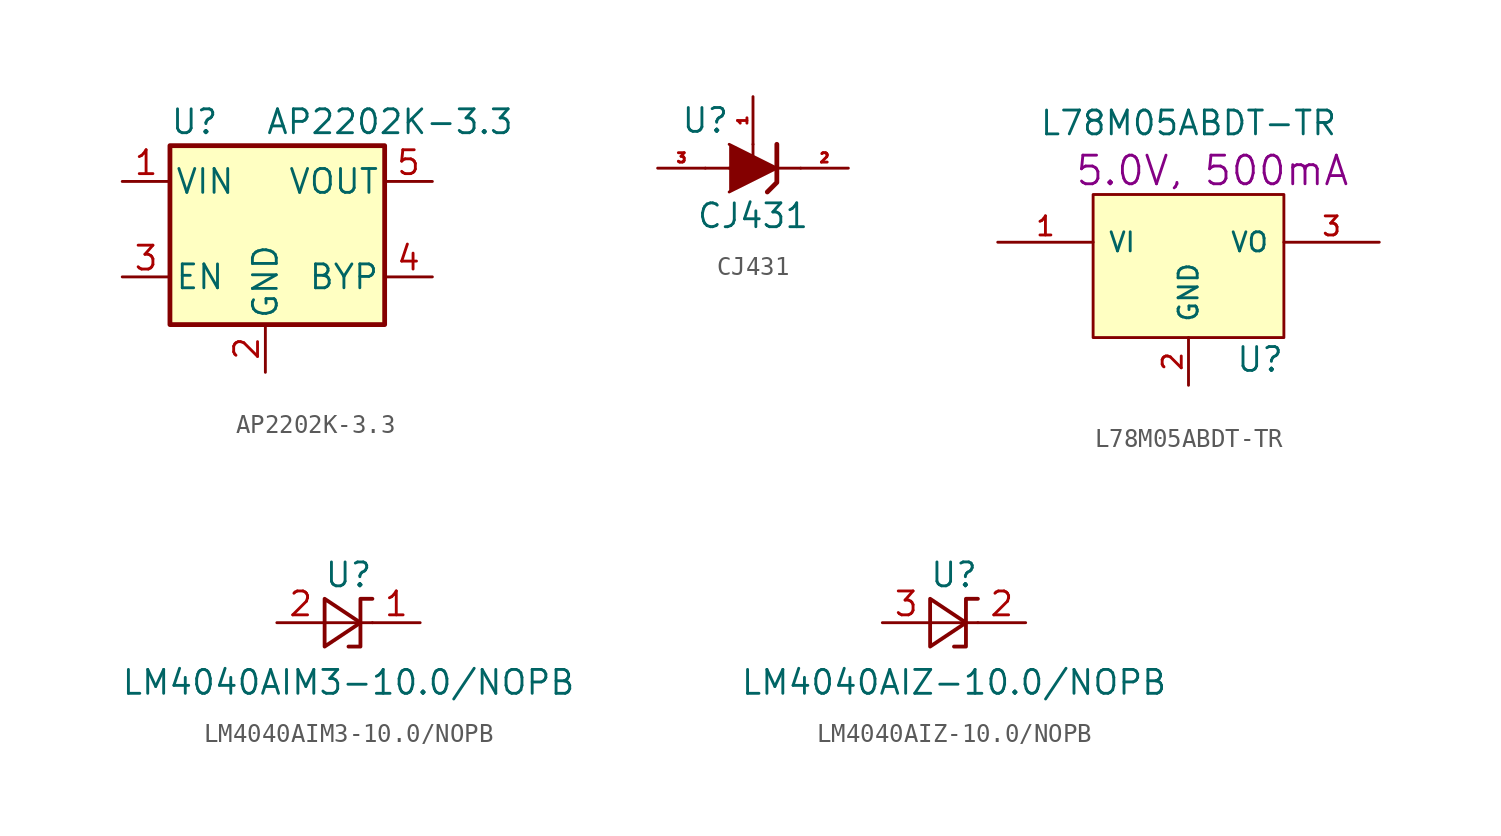
<source format=kicad_sym>
(kicad_symbol_lib
  (version 20231120)
  (generator "kicad_symbol_editor")
  (generator_version "8.0")
  (symbol "AP2202K-3.3"
    (pin_names
      (offset 0.254))
    (property "Reference" "U"
      (at -5.08 5.715 0)
      (effects (font (size 1.27 1.27)) (justify left)))
    (property "Value" "AP2202K-3.3"
      (at 0 5.715 0)
      (effects (font (size 1.27 1.27)) (justify left)))
    (symbol "AP2202K-3.3_0_1"
      (rectangle (start -5.08 4.445) (end 6.35 -5.08) (stroke (width 0.254) (type default)) (fill (type background))))
    (symbol "AP2202K-3.3_1_1"
      (pin power_in line (at -7.62 2.54 0) (length 2.54) (name "VIN" (effects (font (size 1.27 1.27)))) (number "1" (effects (font (size 1.27 1.27)))))
      (pin power_in line (at 0 -7.62 90) (length 2.54) (name "GND" (effects (font (size 1.27 1.27)))) (number "2" (effects (font (size 1.27 1.27)))))
      (pin input line (at -7.62 -2.54 0) (length 2.54) (name "EN" (effects (font (size 1.27 1.27)))) (number "3" (effects (font (size 1.27 1.27)))))
      (pin input line (at 8.89 -2.54 180) (length 2.54) (name "BYP" (effects (font (size 1.27 1.27)))) (number "4" (effects (font (size 1.27 1.27)))))
      (pin power_out line (at 8.89 2.54 180) (length 2.54) (name "VOUT" (effects (font (size 1.27 1.27)))) (number "5" (effects (font (size 1.27 1.27)))))))
  (symbol "CJ431"
    (pin_names hide)
    (property "Reference" "U"
      (at -2.54 2.54 0)
      (effects (font (size 1.27 1.27))))
    (property "Value" "CJ431"
      (at 0 -2.54 0)
      (effects (font (size 1.27 1.27))))
    (symbol "CJ431_0_1"
      (polyline (pts (xy 0 1.27) (xy 0 0)) (stroke (width 0) (type default)) (fill (type none)))
      (polyline (pts (xy -2.54 0) (xy -1.27 0) (xy 2.54 0)) (stroke (width 0) (type default)) (fill (type none)))
      (polyline (pts (xy -1.27 0) (xy 0 0) (xy 1.27 0)) (stroke (width 0) (type default)) (fill (type none)))
      (polyline (pts (xy -1.27 1.27) (xy 1.27 0) (xy -1.27 -1.27)) (stroke (width 0) (type default)) (fill (type outline)))
      (polyline (pts (xy 0.762 -1.27) (xy 1.27 -0.762) (xy 1.27 1.27) (xy 1.27 0.762)) (stroke (width 0.254) (type default)) (fill (type none))))
    (symbol "CJ431_1_1"
      (pin passive line (at 0 3.81 270) (length 2.54) (name "REF" (effects (font (size 1.27 1.27)))) (number "1" (effects (font (size 0.5 0.5)))))
      (pin passive line (at 5.08 0 180) (length 2.54) (name "K" (effects (font (size 1.27 1.27)))) (number "2" (effects (font (size 0.5 0.5)))))
      (pin passive line (at -5.08 0 0) (length 2.54) (name "A" (effects (font (size 1.27 1.27)))) (number "3" (effects (font (size 0.5 0.5)))))))
  (symbol "L78M05ABDT-TR"
    (pin_names
      (offset 0.762))
    (property "Reference" "U"
      (at 3.81 -4.978 0)
      (effects (font (size 1.27 1.27))))
    (property "Value" "L78M05ABDT-TR"
      (at 0 7.62 0)
      (effects (font (size 1.27 1.27))))
    (property "Display" "5.0V, 500mA"
      (at 1.27 5.08 0)
      (effects (font (size 1.524 1.524))))
    (symbol "L78M05ABDT-TR_0_1"
      (rectangle (start -5.08 -3.81) (end 5.08 3.81) (stroke (width 0) (type default)) (fill (type background))))
    (symbol "L78M05ABDT-TR_1_1"
      (pin input line (at -10.16 1.27 0) (length 5.08) (name "VI" (effects (font (size 1.016 1.016)))) (number "1" (effects (font (size 1.016 1.016)))))
      (pin input line (at 0 -6.35 90) (length 2.54) (name "GND" (effects (font (size 1.016 1.016)))) (number "2" (effects (font (size 1.016 1.016)))))
      (pin power_out line (at 10.16 1.27 180) (length 5.08) (name "VO" (effects (font (size 1.016 1.016)))) (number "3" (effects (font (size 1.016 1.016)))))))
  (symbol "LM4040AIM3-10.0/NOPB"
    (pin_names
      (offset 0.025) hide)
    (property "Reference" "U"
      (at 0 2.54 0)
      (effects (font (size 1.27 1.27))))
    (property "Value" "LM4040AIM3-10.0/NOPB"
      (at 0 -3.175 0)
      (effects (font (size 1.27 1.27))))
    (symbol "LM4040AIM3-10.0/NOPB_0_1"
      (polyline (pts (xy -1.27 0) (xy 0 0) (xy 1.27 0)) (stroke (width 0) (type default)) (fill (type none)))
      (polyline (pts (xy -1.27 -1.27) (xy 0.635 0) (xy -1.27 1.27) (xy -1.27 -1.27)) (stroke (width 0.203) (type default)) (fill (type none)))
      (polyline (pts (xy 0 -1.27) (xy 0.635 -1.27) (xy 0.635 1.27) (xy 1.27 1.27)) (stroke (width 0.203) (type default)) (fill (type none))))
    (symbol "LM4040AIM3-10.0/NOPB_1_1"
      (pin passive line (at 3.81 0 180) (length 2.54) (name "K" (effects (font (size 1.27 1.27)))) (number "1" (effects (font (size 1.27 1.27)))))
      (pin passive line (at -3.81 0 0) (length 2.54) (name "A" (effects (font (size 1.27 1.27)))) (number "2" (effects (font (size 1.27 1.27)))))))
  (symbol "LM4040AIZ-10.0/NOPB"
    (pin_names
      (offset 0.025) hide)
    (property "Reference" "U"
      (at 0 2.54 0)
      (effects (font (size 1.27 1.27))))
    (property "Value" "LM4040AIZ-10.0/NOPB"
      (at 0 -3.175 0)
      (effects (font (size 1.27 1.27))))
    (symbol "LM4040AIZ-10.0/NOPB_0_1"
      (polyline (pts (xy -1.27 0) (xy 0 0) (xy 1.27 0)) (stroke (width 0) (type default)) (fill (type none)))
      (polyline (pts (xy -1.27 -1.27) (xy 0.635 0) (xy -1.27 1.27) (xy -1.27 -1.27)) (stroke (width 0.203) (type default)) (fill (type none)))
      (polyline (pts (xy 0 -1.27) (xy 0.635 -1.27) (xy 0.635 1.27) (xy 1.27 1.27)) (stroke (width 0.203) (type default)) (fill (type none))))
    (symbol "LM4040AIZ-10.0/NOPB_1_1"
      (pin passive line (at 3.81 0 180) (length 2.54) (name "K" (effects (font (size 1.27 1.27)))) (number "2" (effects (font (size 1.27 1.27)))))
      (pin passive line (at -3.81 0 0) (length 2.54) (name "A" (effects (font (size 1.27 1.27)))) (number "3" (effects (font (size 1.27 1.27))))))))
</source>
